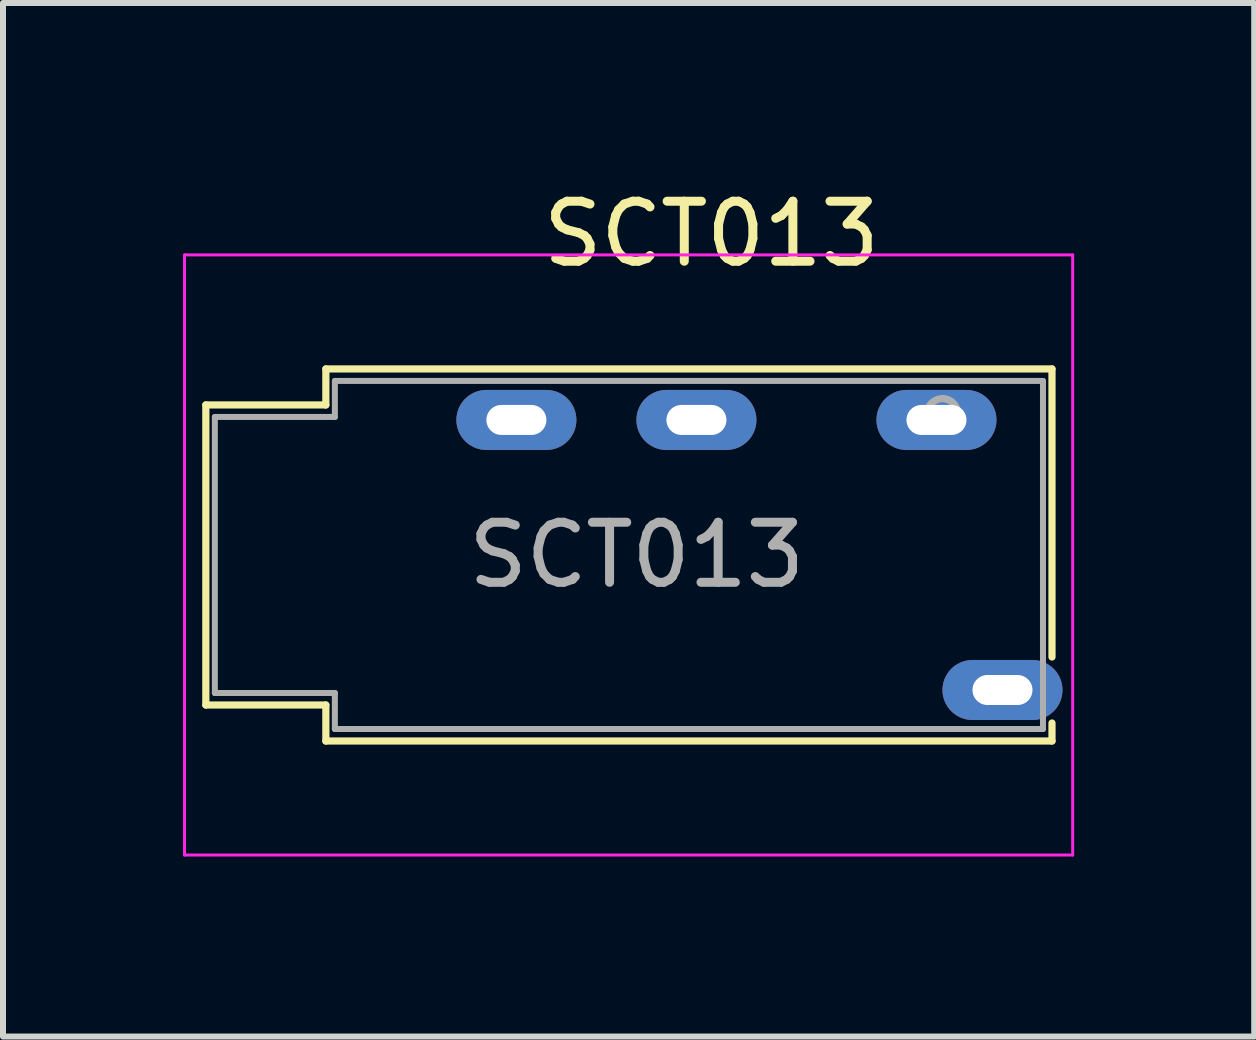
<source format=kicad_pcb>
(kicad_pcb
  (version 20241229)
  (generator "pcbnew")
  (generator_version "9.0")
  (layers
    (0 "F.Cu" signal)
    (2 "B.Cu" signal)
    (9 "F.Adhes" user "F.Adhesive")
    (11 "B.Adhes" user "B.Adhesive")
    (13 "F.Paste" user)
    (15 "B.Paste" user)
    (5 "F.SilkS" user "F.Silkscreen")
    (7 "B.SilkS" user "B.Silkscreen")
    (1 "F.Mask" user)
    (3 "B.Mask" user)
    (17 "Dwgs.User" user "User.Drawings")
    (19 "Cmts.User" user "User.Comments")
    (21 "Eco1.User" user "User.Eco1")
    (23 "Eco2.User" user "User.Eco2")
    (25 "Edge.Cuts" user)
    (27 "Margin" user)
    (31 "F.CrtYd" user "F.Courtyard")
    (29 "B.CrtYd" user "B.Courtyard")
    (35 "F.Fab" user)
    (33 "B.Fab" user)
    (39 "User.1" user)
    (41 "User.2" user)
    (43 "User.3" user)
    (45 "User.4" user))
  (footprint "SCT013"
    (layer "F.Cu")
    (at 8.755 6.198)
    (property "Reference" "SCT013" (at 0.05 -5.35 0) (layer "F.SilkS") (effects (font (size 1 1) (thickness 0.15))))
    (attr through_hole)
    (fp_line (start -8.375 -2.5) (end -8.375 2.5) (stroke (width 0.12) (type solid)) (layer "F.SilkS"))
    (fp_line (start -6.375 -3.1) (end -6.375 -2.5) (stroke (width 0.12) (type solid)) (layer "F.SilkS"))
    (fp_line (start -6.375 -3.1) (end 5.725 -3.1) (stroke (width 0.12) (type solid)) (layer "F.SilkS"))
    (fp_line (start -6.375 -2.5) (end -8.375 -2.5) (stroke (width 0.12) (type solid)) (layer "F.SilkS"))
    (fp_line (start -6.375 2.5) (end -8.375 2.5) (stroke (width 0.12) (type solid)) (layer "F.SilkS"))
    (fp_line (start -6.375 2.5) (end -6.375 3.1) (stroke (width 0.12) (type solid)) (layer "F.SilkS"))
    (fp_line (start 5.725 1.7) (end 5.725 -3.1) (stroke (width 0.12) (type solid)) (layer "F.SilkS"))
    (fp_line (start 5.725 2.8) (end 5.725 3.1) (stroke (width 0.12) (type solid)) (layer "F.SilkS"))
    (fp_line (start 5.725 3.1) (end -6.375 3.1) (stroke (width 0.12) (type solid)) (layer "F.SilkS"))
    (fp_line (start -8.73 -5) (end 6.07 -5) (stroke (width 0.05) (type solid)) (layer "F.CrtYd"))
    (fp_line (start -8.73 5) (end -8.73 -5) (stroke (width 0.05) (type solid)) (layer "F.CrtYd"))
    (fp_line (start -8.73 5) (end 6.07 5) (stroke (width 0.05) (type solid)) (layer "F.CrtYd"))
    (fp_line (start 6.07 5) (end 6.07 -5) (stroke (width 0.05) (type solid)) (layer "F.CrtYd"))
    (fp_line (start -8.225 -2.3) (end -6.225 -2.3) (stroke (width 0.1) (type solid)) (layer "F.Fab"))
    (fp_line (start -8.225 2.3) (end -8.225 -2.3) (stroke (width 0.1) (type solid)) (layer "F.Fab"))
    (fp_line (start -6.225 -2.9) (end 5.575 -2.9) (stroke (width 0.1) (type solid)) (layer "F.Fab"))
    (fp_line (start -6.225 -2.3) (end -6.225 -2.9) (stroke (width 0.1) (type solid)) (layer "F.Fab"))
    (fp_line (start -6.225 2.3) (end -8.225 2.3) (stroke (width 0.1) (type solid)) (layer "F.Fab"))
    (fp_line (start -6.225 2.9) (end -6.225 2.3) (stroke (width 0.1) (type solid)) (layer "F.Fab"))
    (fp_line (start 5.575 -2.9) (end 5.575 2.9) (stroke (width 0.1) (type solid)) (layer "F.Fab"))
    (fp_line (start 5.575 2.9) (end -6.225 2.9) (stroke (width 0.1) (type solid)) (layer "F.Fab"))
    (fp_circle (center 3.9 -2.35) (end 3.95 -2.1) (stroke (width 0.12) (type solid)) (fill no) (layer "F.Fab"))
    (fp_text user "${REFERENCE}" (at -1.195 0 0) (layer "F.Fab") (effects (font (size 1 1) (thickness 0.15))))
    (pad "R1" thru_hole oval (at -0.2 -2.25) (size 2 1) (drill oval 1 0.5) (layers "*.Cu" "*.Mask"))
    (pad "R2" thru_hole oval (at -3.2 -2.25) (size 2 1) (drill oval 1 0.5) (layers "*.Cu" "*.Mask"))
    (pad "S" thru_hole oval (at 4.9 2.25) (size 2 1) (drill oval 1 0.5) (layers "*.Cu" "*.Mask"))
    (pad "T" thru_hole oval (at 3.8 -2.25) (size 2 1) (drill oval 1 0.5) (layers "*.Cu" "*.Mask")))
  (gr_rect
    (start -3 -3)
    (end 17.85 14.223)
    (stroke (width 0.1) (type default))
    (fill no)
    (layer "Edge.Cuts")))
</source>
